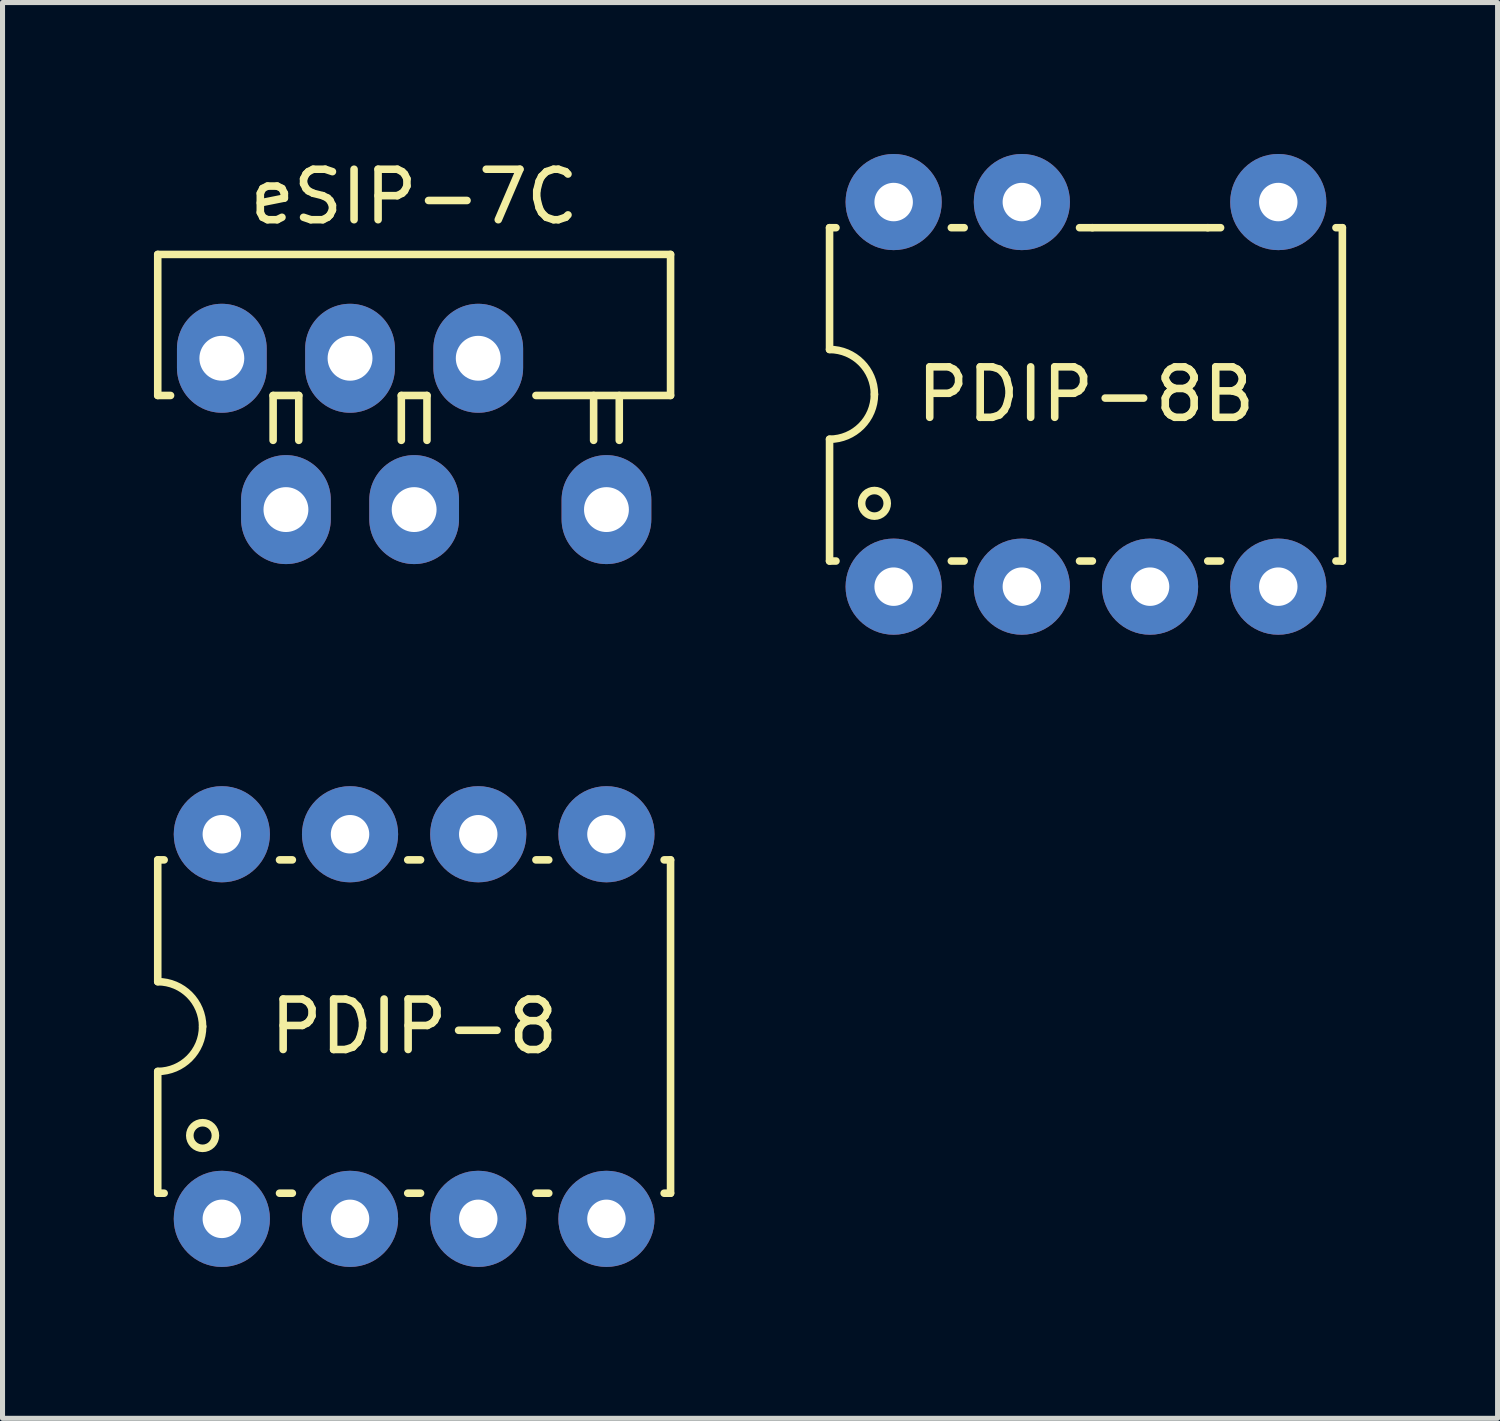
<source format=kicad_pcb>
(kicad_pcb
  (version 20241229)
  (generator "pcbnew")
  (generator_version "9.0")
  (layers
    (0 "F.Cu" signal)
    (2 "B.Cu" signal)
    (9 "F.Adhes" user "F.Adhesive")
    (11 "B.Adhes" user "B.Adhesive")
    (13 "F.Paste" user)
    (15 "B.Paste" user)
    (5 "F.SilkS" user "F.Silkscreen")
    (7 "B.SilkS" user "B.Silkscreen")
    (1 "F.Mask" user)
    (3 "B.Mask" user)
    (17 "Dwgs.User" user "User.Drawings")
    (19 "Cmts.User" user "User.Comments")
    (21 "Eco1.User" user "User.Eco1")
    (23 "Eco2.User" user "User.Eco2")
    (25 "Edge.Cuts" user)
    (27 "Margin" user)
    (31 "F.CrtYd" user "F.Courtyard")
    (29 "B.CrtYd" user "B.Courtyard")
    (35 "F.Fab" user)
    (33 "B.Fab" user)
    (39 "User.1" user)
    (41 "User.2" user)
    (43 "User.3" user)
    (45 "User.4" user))
  (footprint "PDIP-8"
    (layer "F.Cu")
    (at 5.155 17.288)
    (property "Reference" "PDIP-8" (at 0 0 0) (layer "F.SilkS") (effects (font (size 1 1) (thickness 0.15))))
    (attr through_hole)
    (fp_line (start -5.08 -3.302) (end -4.953 -3.302) (stroke (width 0.15) (type solid)) (layer "F.SilkS"))
    (fp_line (start -5.08 -0.889) (end -5.08 -3.302) (stroke (width 0.15) (type solid)) (layer "F.SilkS"))
    (fp_line (start -5.08 0.889) (end -5.08 3.302) (stroke (width 0.15) (type solid)) (layer "F.SilkS"))
    (fp_line (start -5.08 3.302) (end -4.953 3.302) (stroke (width 0.15) (type solid)) (layer "F.SilkS"))
    (fp_line (start -2.667 -3.302) (end -2.413 -3.302) (stroke (width 0.15) (type solid)) (layer "F.SilkS"))
    (fp_line (start -2.667 3.302) (end -2.413 3.302) (stroke (width 0.15) (type solid)) (layer "F.SilkS"))
    (fp_line (start -0.127 -3.302) (end 0.127 -3.302) (stroke (width 0.15) (type solid)) (layer "F.SilkS"))
    (fp_line (start -0.127 3.302) (end 0.127 3.302) (stroke (width 0.15) (type solid)) (layer "F.SilkS"))
    (fp_line (start 2.413 -3.302) (end 2.667 -3.302) (stroke (width 0.15) (type solid)) (layer "F.SilkS"))
    (fp_line (start 2.413 3.302) (end 2.667 3.302) (stroke (width 0.15) (type solid)) (layer "F.SilkS"))
    (fp_line (start 5.08 -3.302) (end 4.953 -3.302) (stroke (width 0.15) (type solid)) (layer "F.SilkS"))
    (fp_line (start 5.08 3.302) (end 4.953 3.302) (stroke (width 0.15) (type solid)) (layer "F.SilkS"))
    (fp_line (start 5.08 3.302) (end 5.08 -3.302) (stroke (width 0.15) (type solid)) (layer "F.SilkS"))
    (fp_arc (start -5.08 -0.889) (mid -4.451382 -0.628618) (end -4.191 0) (stroke (width 0.15) (type solid)) (layer "F.SilkS"))
    (fp_arc (start -4.191 0) (mid -4.451382 0.628618) (end -5.08 0.889) (stroke (width 0.15) (type solid)) (layer "F.SilkS"))
    (fp_circle (center -4.191 2.159) (end -3.937 2.159) (stroke (width 0.15) (type solid)) (fill no) (layer "F.SilkS"))
    (pad "1" thru_hole circle (at -3.81 3.81) (size 1.905 1.905) (drill 0.762) (layers "*.Cu" "*.Mask"))
    (pad "2" thru_hole circle (at -1.27 3.81) (size 1.905 1.905) (drill 0.762) (layers "*.Cu" "*.Mask"))
    (pad "3" thru_hole circle (at 1.27 3.81) (size 1.905 1.905) (drill 0.762) (layers "*.Cu" "*.Mask"))
    (pad "4" thru_hole circle (at 3.81 3.81) (size 1.905 1.905) (drill 0.762) (layers "*.Cu" "*.Mask"))
    (pad "5" thru_hole circle (at 3.81 -3.81) (size 1.905 1.905) (drill 0.762) (layers "*.Cu" "*.Mask"))
    (pad "6" thru_hole circle (at 1.27 -3.81) (size 1.905 1.905) (drill 0.762) (layers "*.Cu" "*.Mask"))
    (pad "7" thru_hole circle (at -1.27 -3.81) (size 1.905 1.905) (drill 0.762) (layers "*.Cu" "*.Mask"))
    (pad "8" thru_hole circle (at -3.81 -3.81) (size 1.905 1.905) (drill 0.762) (layers "*.Cu" "*.Mask")))
  (footprint "PDIP-8B"
    (layer "F.Cu")
    (at 18.465 4.763)
    (property "Reference" "PDIP-8B" (at 0 0 0) (layer "F.SilkS") (effects (font (size 1 1) (thickness 0.15))))
    (attr through_hole)
    (fp_line (start -5.08 -3.302) (end -4.953 -3.302) (stroke (width 0.15) (type solid)) (layer "F.SilkS"))
    (fp_line (start -5.08 -0.889) (end -5.08 -3.302) (stroke (width 0.15) (type solid)) (layer "F.SilkS"))
    (fp_line (start -5.08 0.889) (end -5.08 3.302) (stroke (width 0.15) (type solid)) (layer "F.SilkS"))
    (fp_line (start -5.08 3.302) (end -4.953 3.302) (stroke (width 0.15) (type solid)) (layer "F.SilkS"))
    (fp_line (start -2.667 -3.302) (end -2.413 -3.302) (stroke (width 0.15) (type solid)) (layer "F.SilkS"))
    (fp_line (start -2.667 3.302) (end -2.413 3.302) (stroke (width 0.15) (type solid)) (layer "F.SilkS"))
    (fp_line (start -0.127 -3.302) (end 0.127 -3.302) (stroke (width 0.15) (type solid)) (layer "F.SilkS"))
    (fp_line (start -0.127 3.302) (end 0.127 3.302) (stroke (width 0.15) (type solid)) (layer "F.SilkS"))
    (fp_line (start 2.413 -3.302) (end 0.127 -3.302) (stroke (width 0.15) (type solid)) (layer "F.SilkS"))
    (fp_line (start 2.413 -3.302) (end 2.667 -3.302) (stroke (width 0.15) (type solid)) (layer "F.SilkS"))
    (fp_line (start 2.413 3.302) (end 2.667 3.302) (stroke (width 0.15) (type solid)) (layer "F.SilkS"))
    (fp_line (start 5.08 -3.302) (end 4.953 -3.302) (stroke (width 0.15) (type solid)) (layer "F.SilkS"))
    (fp_line (start 5.08 3.302) (end 4.953 3.302) (stroke (width 0.15) (type solid)) (layer "F.SilkS"))
    (fp_line (start 5.08 3.302) (end 5.08 -3.302) (stroke (width 0.15) (type solid)) (layer "F.SilkS"))
    (fp_arc (start -5.08 -0.889) (mid -4.451382 -0.628618) (end -4.191 0) (stroke (width 0.15) (type solid)) (layer "F.SilkS"))
    (fp_arc (start -4.191 0) (mid -4.451382 0.628618) (end -5.08 0.889) (stroke (width 0.15) (type solid)) (layer "F.SilkS"))
    (fp_circle (center -4.191 2.159) (end -3.937 2.159) (stroke (width 0.15) (type solid)) (fill no) (layer "F.SilkS"))
    (pad "1" thru_hole circle (at -3.81 3.81) (size 1.905 1.905) (drill 0.762) (layers "*.Cu" "*.Mask"))
    (pad "2" thru_hole circle (at -1.27 3.81) (size 1.905 1.905) (drill 0.762) (layers "*.Cu" "*.Mask"))
    (pad "3" thru_hole circle (at 1.27 3.81) (size 1.905 1.905) (drill 0.762) (layers "*.Cu" "*.Mask"))
    (pad "4" thru_hole circle (at 3.81 3.81) (size 1.905 1.905) (drill 0.762) (layers "*.Cu" "*.Mask"))
    (pad "5" thru_hole circle (at 3.81 -3.81) (size 1.905 1.905) (drill 0.762) (layers "*.Cu" "*.Mask"))
    (pad "7" thru_hole circle (at -1.27 -3.81) (size 1.905 1.905) (drill 0.762) (layers "*.Cu" "*.Mask"))
    (pad "8" thru_hole circle (at -3.81 -3.81) (size 1.905 1.905) (drill 0.762) (layers "*.Cu" "*.Mask")))
  (footprint "eSIP-7C"
    (layer "F.Cu")
    (at 5.155 5.547)
    (property "Reference" "eSIP-7C" (at 0 -4.699 0) (layer "F.SilkS") (effects (font (size 1 1) (thickness 0.15))))
    (attr through_hole)
    (fp_line (start -5.08 -3.556) (end 5.08 -3.556) (stroke (width 0.15) (type solid)) (layer "F.SilkS"))
    (fp_line (start -5.08 -0.762) (end -5.08 -3.556) (stroke (width 0.15) (type solid)) (layer "F.SilkS"))
    (fp_line (start -4.826 -0.762) (end -5.08 -0.762) (stroke (width 0.15) (type solid)) (layer "F.SilkS"))
    (fp_line (start -2.794 0.127) (end -2.794 -0.762) (stroke (width 0.15) (type solid)) (layer "F.SilkS"))
    (fp_line (start -2.286 -0.762) (end -2.794 -0.762) (stroke (width 0.15) (type solid)) (layer "F.SilkS"))
    (fp_line (start -2.286 -0.762) (end -2.286 0.127) (stroke (width 0.15) (type solid)) (layer "F.SilkS"))
    (fp_line (start -0.254 -0.762) (end -0.254 0.127) (stroke (width 0.15) (type solid)) (layer "F.SilkS"))
    (fp_line (start 0.254 -0.762) (end -0.254 -0.762) (stroke (width 0.15) (type solid)) (layer "F.SilkS"))
    (fp_line (start 0.254 -0.762) (end 0.254 0.127) (stroke (width 0.15) (type solid)) (layer "F.SilkS"))
    (fp_line (start 3.556 0.127) (end 3.556 -0.762) (stroke (width 0.15) (type solid)) (layer "F.SilkS"))
    (fp_line (start 4.064 0.127) (end 4.064 -0.762) (stroke (width 0.15) (type solid)) (layer "F.SilkS"))
    (fp_line (start 5.08 -0.762) (end 2.413 -0.762) (stroke (width 0.15) (type solid)) (layer "F.SilkS"))
    (fp_line (start 5.08 -0.762) (end 5.08 -3.556) (stroke (width 0.15) (type solid)) (layer "F.SilkS"))
    (pad "1" thru_hole oval (at -3.81 -1.499) (size 1.778 2.159) (drill 0.889) (layers "*.Cu" "*.Mask"))
    (pad "2" thru_hole oval (at -2.54 1.499) (size 1.778 2.159) (drill 0.889) (layers "*.Cu" "*.Mask"))
    (pad "3" thru_hole oval (at -1.27 -1.499) (size 1.778 2.159) (drill 0.889) (layers "*.Cu" "*.Mask"))
    (pad "4" thru_hole oval (at 0 1.499) (size 1.778 2.159) (drill 0.889) (layers "*.Cu" "*.Mask"))
    (pad "5" thru_hole oval (at 1.27 -1.499) (size 1.778 2.159) (drill 0.889) (layers "*.Cu" "*.Mask"))
    (pad "7" thru_hole oval (at 3.81 1.499) (size 1.778 2.159) (drill 0.889) (layers "*.Cu" "*.Mask")))
  (gr_rect
    (start -3 -3)
    (end 26.62 25.05)
    (stroke (width 0.1) (type default))
    (fill no)
    (layer "Edge.Cuts")))
</source>
